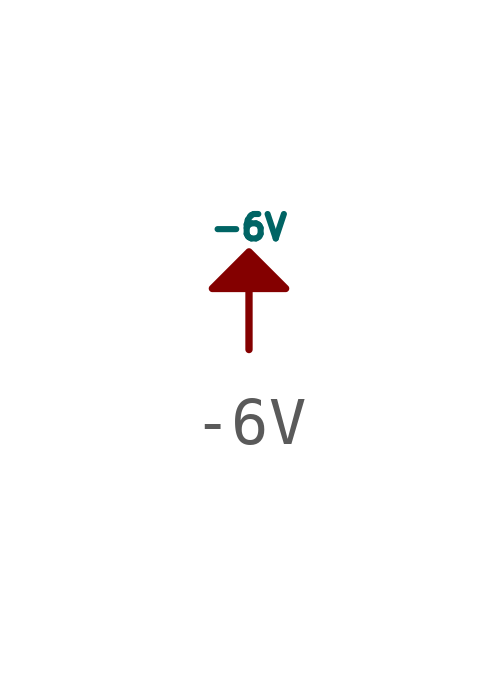
<source format=kicad_sym>
(kicad_symbol_lib
  (version 20211014)
  (generator kicad_symbol_editor)
  (symbol "-6V"
    (pin_names
      (offset 0))
    (property "Reference" "#PWR"
      (at 0 3.048 0)
      (effects (font (size 0.508 0.508)) hide))
    (property "Value" "-6V"
      (at 0 2.54 0)
      (effects (font (size 0.508 0.508))))
    (symbol "-6V_0_0"
      (pin power_in line (at 0 0 90) (length 0) hide (name "-6V" (effects (font (size 0.508 0.508)))) (number "1" (effects (font (size 0.508 0.508))))))
    (symbol "-6V_0_1"
      (polyline (pts (xy 0 0) (xy 0 1.27) (xy 0 1.27)) (stroke (width 0) (type default) (color 0 0 0 0)) (fill (type none)))
      (polyline (pts (xy 0 2.032) (xy 0.762 1.27) (xy -0.508 1.27) (xy -0.762 1.27) (xy 0 2.032) (xy 0 2.032) (xy 0 2.032)) (stroke (width 0) (type default) (color 0 0 0 0)) (fill (type outline))))))
</source>
